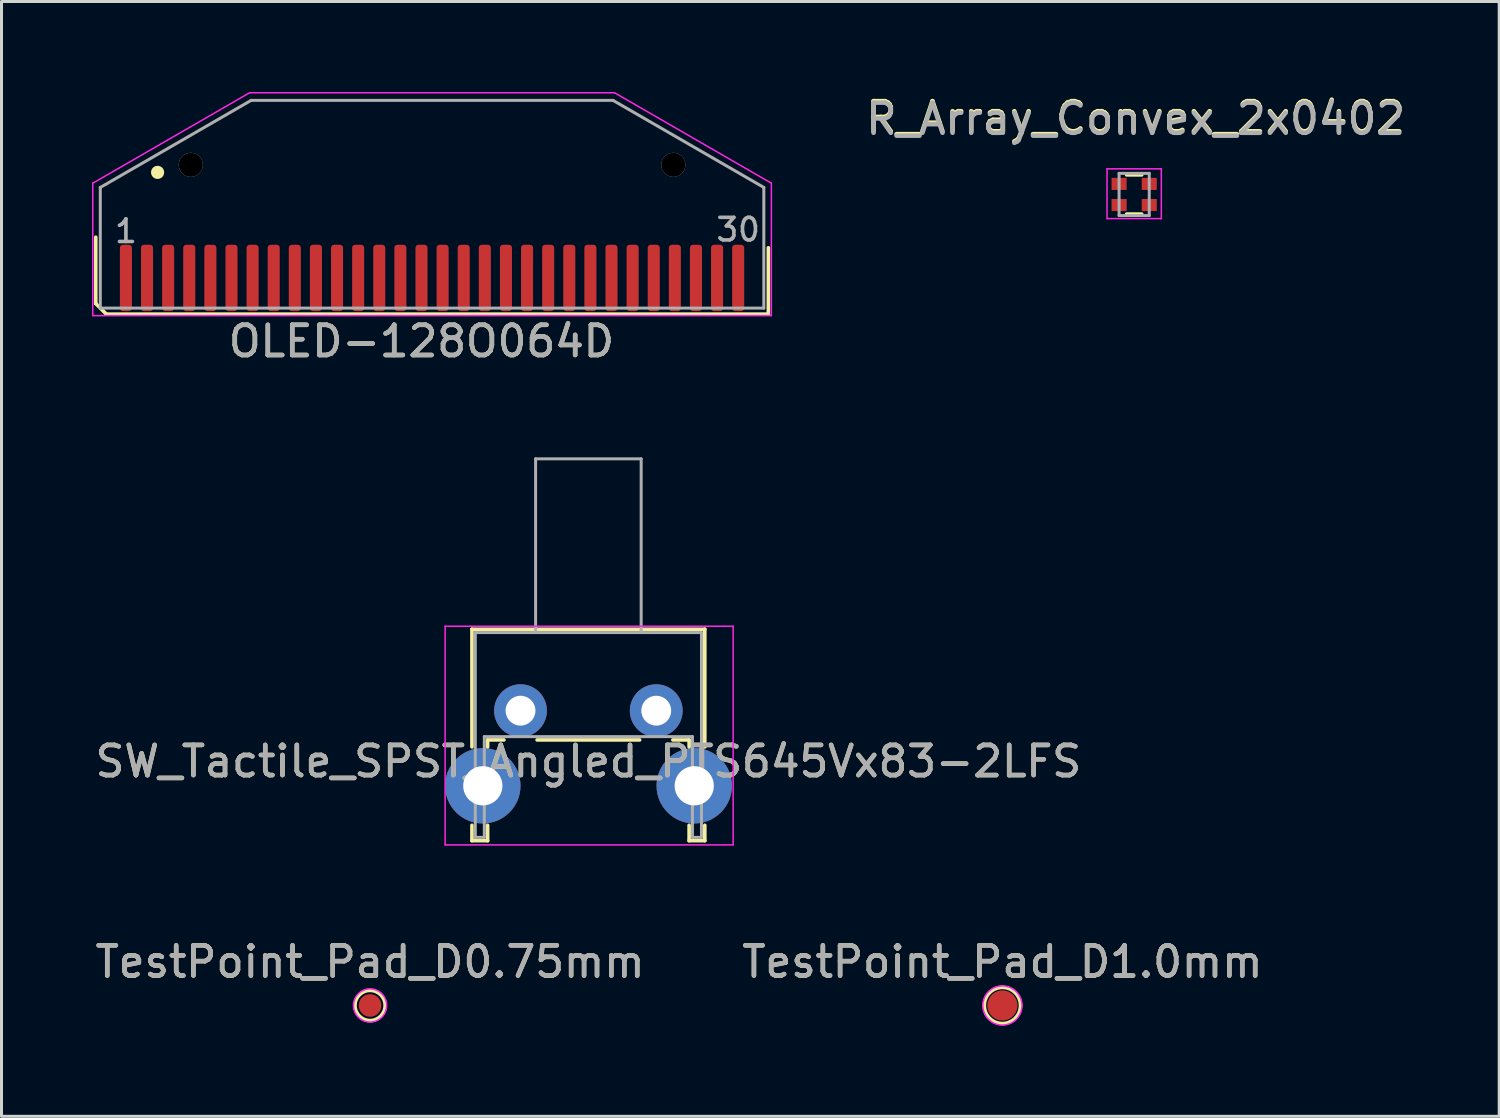
<source format=kicad_pcb>
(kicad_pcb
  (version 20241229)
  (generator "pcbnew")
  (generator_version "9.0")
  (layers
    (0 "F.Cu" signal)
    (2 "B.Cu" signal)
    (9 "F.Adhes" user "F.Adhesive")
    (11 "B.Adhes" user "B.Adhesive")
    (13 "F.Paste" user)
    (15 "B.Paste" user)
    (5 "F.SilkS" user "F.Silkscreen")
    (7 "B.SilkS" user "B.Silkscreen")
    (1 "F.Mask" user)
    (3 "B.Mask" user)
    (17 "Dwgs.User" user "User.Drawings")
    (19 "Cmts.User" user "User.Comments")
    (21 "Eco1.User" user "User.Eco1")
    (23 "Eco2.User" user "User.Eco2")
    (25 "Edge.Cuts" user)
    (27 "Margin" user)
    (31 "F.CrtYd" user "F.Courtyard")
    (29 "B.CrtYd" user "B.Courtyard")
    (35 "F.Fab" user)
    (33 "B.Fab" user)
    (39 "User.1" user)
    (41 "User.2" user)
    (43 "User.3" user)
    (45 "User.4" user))
  (footprint "R_Array_Convex_2x0402"
    (layer "F.Cu")
    (at 34.554 3.398)
    (property "Reference" "R_Array_Convex_2x0402" (at 0.05 -2.55 0) (layer "F.SilkS") (effects (font (size 1 1) (thickness 0.15))))
    (attr smd)
    (fp_line (start 0.25 -0.65) (end -0.25 -0.65) (stroke (width 0.12) (type solid)) (layer "F.SilkS"))
    (fp_line (start 0.25 0.65) (end -0.25 0.65) (stroke (width 0.12) (type solid)) (layer "F.SilkS"))
    (fp_line (start -0.9 -0.85) (end -0.9 0.8) (stroke (width 0.05) (type solid)) (layer "F.CrtYd"))
    (fp_line (start -0.9 -0.85) (end 0.9 -0.85) (stroke (width 0.05) (type solid)) (layer "F.CrtYd"))
    (fp_line (start 0.9 0.8) (end -0.9 0.8) (stroke (width 0.05) (type solid)) (layer "F.CrtYd"))
    (fp_line (start 0.9 0.8) (end 0.9 -0.85) (stroke (width 0.05) (type solid)) (layer "F.CrtYd"))
    (fp_line (start -0.5 -0.7) (end -0.5 0.7) (stroke (width 0.1) (type solid)) (layer "F.Fab"))
    (fp_line (start -0.5 0.7) (end 0.5 0.7) (stroke (width 0.1) (type solid)) (layer "F.Fab"))
    (fp_line (start 0.5 -0.7) (end -0.5 -0.7) (stroke (width 0.1) (type solid)) (layer "F.Fab"))
    (fp_line (start 0.5 0.7) (end 0.5 -0.7) (stroke (width 0.1) (type solid)) (layer "F.Fab"))
    (fp_text user "${REFERENCE}" (at 0.05 -2.5 0) (layer "F.Fab") (effects (font (size 1 1) (thickness 0.15))))
    (pad "1" smd rect (at -0.5 -0.35) (size 0.5 0.4) (layers "F.Cu" "F.Mask" "F.Paste"))
    (pad "2" smd rect (at -0.5 0.35) (size 0.5 0.4) (layers "F.Cu" "F.Mask" "F.Paste"))
    (pad "3" smd rect (at 0.5 0.35) (size 0.5 0.4) (layers "F.Cu" "F.Mask" "F.Paste"))
    (pad "4" smd rect (at 0.5 -0.35) (size 0.5 0.4) (layers "F.Cu" "F.Mask" "F.Paste")))
  (footprint "OLED-128O064D"
    (layer "F.Cu")
    (at 11.275 6.165)
    (property "Reference" "OLED-128O064D" (at -0.35 2.1 0) (layer "F.SilkS") (effects (font (size 1 1) (thickness 0.15))))
    (attr smd)
    (fp_line (start -11.15 -1.35) (end -11.15 0.85) (stroke (width 0.12) (type solid)) (layer "F.SilkS"))
    (fp_line (start -10.8 1.2) (end -11.15 0.85) (stroke (width 0.12) (type solid)) (layer "F.SilkS"))
    (fp_line (start -10.8 1.2) (end 11.15 1.2) (stroke (width 0.12) (type solid)) (layer "F.SilkS"))
    (fp_line (start 11.15 1.2) (end 11.15 -1) (stroke (width 0.12) (type solid)) (layer "F.SilkS"))
    (fp_circle (center -9.1 -3.5) (end -8.942 -3.5) (stroke (width 0.12) (type solid)) (fill yes) (layer "F.SilkS"))
    (fp_line (start -11.25 -3.14) (end -11.25 1.25) (stroke (width 0.05) (type solid)) (layer "F.CrtYd"))
    (fp_line (start -6.05 -6.14) (end -11.25 -3.14) (stroke (width 0.05) (type solid)) (layer "F.CrtYd"))
    (fp_line (start 6.05 -6.14) (end -6.05 -6.14) (stroke (width 0.05) (type solid)) (layer "F.CrtYd"))
    (fp_line (start 6.05 -6.14) (end 11.25 -3.14) (stroke (width 0.05) (type solid)) (layer "F.CrtYd"))
    (fp_line (start 11.25 1.25) (end -11.25 1.25) (stroke (width 0.05) (type solid)) (layer "F.CrtYd"))
    (fp_line (start 11.25 1.25) (end 11.25 -3.14) (stroke (width 0.05) (type solid)) (layer "F.CrtYd"))
    (fp_line (start -11 -3) (end -6 -5.887) (stroke (width 0.1) (type solid)) (layer "F.Fab"))
    (fp_line (start -11 1) (end -11 -3) (stroke (width 0.1) (type solid)) (layer "F.Fab"))
    (fp_line (start -11 1) (end 11 1) (stroke (width 0.1) (type solid)) (layer "F.Fab"))
    (fp_line (start -6 -5.887) (end 6 -5.887) (stroke (width 0.1) (type solid)) (layer "F.Fab"))
    (fp_line (start 11 -3) (end 6 -5.887) (stroke (width 0.1) (type solid)) (layer "F.Fab"))
    (fp_line (start 11 1) (end 11 -3) (stroke (width 0.1) (type solid)) (layer "F.Fab"))
    (fp_circle (center -8 -3.75) (end -7.65 -3.75) (stroke (width 0.1) (type solid)) (fill no) (layer "F.Fab"))
    (fp_circle (center 8 -3.75) (end 8.35 -3.75) (stroke (width 0.1) (type solid)) (fill no) (layer "F.Fab"))
    (fp_text user "30" (at 10.15 -1.6 0) (unlocked yes) (layer "F.Fab") (effects (font (size 0.75 0.75) (thickness 0.12))))
    (fp_text user "1" (at -10.15 -1.55 0) (unlocked yes) (layer "F.Fab") (effects (font (size 0.75 0.75) (thickness 0.12))))
    (fp_text user "${REFERENCE}" (at -0.35 2.1 0) (layer "F.Fab") (effects (font (size 1 1) (thickness 0.15))))
    (pad "" np_thru_hole circle (at -8 -3.75) (size 0.8 0.8) (drill 0.8) (layers "*.Mask"))
    (pad "" np_thru_hole circle (at 8 -3.75) (size 0.8 0.8) (drill 0.8) (layers "*.Mask"))
    (pad "1" smd roundrect (at -10.15 0) (size 0.4 2.2) (layers "F.Cu" "F.Mask" "F.Paste") (roundrect_rratio 0.25))
    (pad "2" smd roundrect (at -9.45 0) (size 0.4 2.2) (layers "F.Cu" "F.Mask" "F.Paste") (roundrect_rratio 0.25))
    (pad "3" smd roundrect (at -8.75 0) (size 0.4 2.2) (layers "F.Cu" "F.Mask" "F.Paste") (roundrect_rratio 0.25))
    (pad "4" smd roundrect (at -8.05 0) (size 0.4 2.2) (layers "F.Cu" "F.Mask" "F.Paste") (roundrect_rratio 0.25))
    (pad "5" smd roundrect (at -7.35 0) (size 0.4 2.2) (layers "F.Cu" "F.Mask" "F.Paste") (roundrect_rratio 0.25))
    (pad "6" smd roundrect (at -6.65 0) (size 0.4 2.2) (layers "F.Cu" "F.Mask" "F.Paste") (roundrect_rratio 0.25))
    (pad "7" smd roundrect (at -5.95 0) (size 0.4 2.2) (layers "F.Cu" "F.Mask" "F.Paste") (roundrect_rratio 0.25))
    (pad "8" smd roundrect (at -5.25 0) (size 0.4 2.2) (layers "F.Cu" "F.Mask" "F.Paste") (roundrect_rratio 0.25))
    (pad "9" smd roundrect (at -4.55 0) (size 0.4 2.2) (layers "F.Cu" "F.Mask" "F.Paste") (roundrect_rratio 0.25))
    (pad "10" smd roundrect (at -3.85 0) (size 0.4 2.2) (layers "F.Cu" "F.Mask" "F.Paste") (roundrect_rratio 0.25))
    (pad "11" smd roundrect (at -3.15 0) (size 0.4 2.2) (layers "F.Cu" "F.Mask" "F.Paste") (roundrect_rratio 0.25))
    (pad "12" smd roundrect (at -2.45 0) (size 0.4 2.2) (layers "F.Cu" "F.Mask" "F.Paste") (roundrect_rratio 0.25))
    (pad "13" smd roundrect (at -1.75 0) (size 0.4 2.2) (layers "F.Cu" "F.Mask" "F.Paste") (roundrect_rratio 0.25))
    (pad "14" smd roundrect (at -1.05 0) (size 0.4 2.2) (layers "F.Cu" "F.Mask" "F.Paste") (roundrect_rratio 0.25))
    (pad "15" smd roundrect (at -0.35 0) (size 0.4 2.2) (layers "F.Cu" "F.Mask" "F.Paste") (roundrect_rratio 0.25))
    (pad "16" smd roundrect (at 0.35 0) (size 0.4 2.2) (layers "F.Cu" "F.Mask" "F.Paste") (roundrect_rratio 0.25))
    (pad "17" smd roundrect (at 1.05 0) (size 0.4 2.2) (layers "F.Cu" "F.Mask" "F.Paste") (roundrect_rratio 0.25))
    (pad "18" smd roundrect (at 1.75 0) (size 0.4 2.2) (layers "F.Cu" "F.Mask" "F.Paste") (roundrect_rratio 0.25))
    (pad "19" smd roundrect (at 2.45 0) (size 0.4 2.2) (layers "F.Cu" "F.Mask" "F.Paste") (roundrect_rratio 0.25))
    (pad "20" smd roundrect (at 3.15 0) (size 0.4 2.2) (layers "F.Cu" "F.Mask" "F.Paste") (roundrect_rratio 0.25))
    (pad "21" smd roundrect (at 3.85 0) (size 0.4 2.2) (layers "F.Cu" "F.Mask" "F.Paste") (roundrect_rratio 0.25))
    (pad "22" smd roundrect (at 4.55 0) (size 0.4 2.2) (layers "F.Cu" "F.Mask" "F.Paste") (roundrect_rratio 0.25))
    (pad "23" smd roundrect (at 5.25 0) (size 0.4 2.2) (layers "F.Cu" "F.Mask" "F.Paste") (roundrect_rratio 0.25))
    (pad "24" smd roundrect (at 5.95 0) (size 0.4 2.2) (layers "F.Cu" "F.Mask" "F.Paste") (roundrect_rratio 0.25))
    (pad "25" smd roundrect (at 6.65 0) (size 0.4 2.2) (layers "F.Cu" "F.Mask" "F.Paste") (roundrect_rratio 0.25))
    (pad "26" smd roundrect (at 7.35 0) (size 0.4 2.2) (layers "F.Cu" "F.Mask" "F.Paste") (roundrect_rratio 0.25))
    (pad "27" smd roundrect (at 8.05 0) (size 0.4 2.2) (layers "F.Cu" "F.Mask" "F.Paste") (roundrect_rratio 0.25))
    (pad "28" smd roundrect (at 8.75 0) (size 0.4 2.2) (layers "F.Cu" "F.Mask" "F.Paste") (roundrect_rratio 0.25))
    (pad "29" smd roundrect (at 9.45 0) (size 0.4 2.2) (layers "F.Cu" "F.Mask" "F.Paste") (roundrect_rratio 0.25))
    (pad "30" smd roundrect (at 10.15 0) (size 0.4 2.2) (layers "F.Cu" "F.Mask" "F.Paste") (roundrect_rratio 0.25)))
  (footprint "SW_Tactile_SPST_Angled_PTS645Vx83-2LFS"
    (layer "F.Cu")
    (at 14.208 20.513)
    (property "Reference" "SW_Tactile_SPST_Angled_PTS645Vx83-2LFS" (at 2.25 1.68 0) (layer "F.SilkS") (effects (font (size 1 1) (thickness 0.15))))
    (attr through_hole)
    (fp_line (start -1.61 -2.7) (end -1.61 1.2) (stroke (width 0.12) (type solid)) (layer "F.SilkS"))
    (fp_line (start -1.61 -2.7) (end 6.11 -2.7) (stroke (width 0.12) (type solid)) (layer "F.SilkS"))
    (fp_line (start -1.61 3.8) (end -1.61 4.31) (stroke (width 0.12) (type solid)) (layer "F.SilkS"))
    (fp_line (start -1.61 4.31) (end -1.09 4.31) (stroke (width 0.12) (type solid)) (layer "F.SilkS"))
    (fp_line (start -1.09 0.97) (end -1.09 1.2) (stroke (width 0.12) (type solid)) (layer "F.SilkS"))
    (fp_line (start -1.09 0.97) (end -0.55 0.97) (stroke (width 0.12) (type solid)) (layer "F.SilkS"))
    (fp_line (start -1.09 3.8) (end -1.09 4.31) (stroke (width 0.12) (type solid)) (layer "F.SilkS"))
    (fp_line (start 0.55 0.97) (end 3.95 0.97) (stroke (width 0.12) (type solid)) (layer "F.SilkS"))
    (fp_line (start 5.05 0.97) (end 5.59 0.97) (stroke (width 0.12) (type solid)) (layer "F.SilkS"))
    (fp_line (start 5.59 0.97) (end 5.59 1.2) (stroke (width 0.12) (type solid)) (layer "F.SilkS"))
    (fp_line (start 5.59 3.8) (end 5.59 4.31) (stroke (width 0.12) (type solid)) (layer "F.SilkS"))
    (fp_line (start 5.59 4.31) (end 6.11 4.31) (stroke (width 0.12) (type solid)) (layer "F.SilkS"))
    (fp_line (start 6.11 -2.7) (end 6.11 1.2) (stroke (width 0.12) (type solid)) (layer "F.SilkS"))
    (fp_line (start 6.11 3.8) (end 6.11 4.31) (stroke (width 0.12) (type solid)) (layer "F.SilkS"))
    (fp_line (start -2.5 -2.8) (end 7.05 -2.8) (stroke (width 0.05) (type solid)) (layer "F.CrtYd"))
    (fp_line (start -2.5 4.45) (end -2.5 -2.8) (stroke (width 0.05) (type solid)) (layer "F.CrtYd"))
    (fp_line (start 7.05 -2.8) (end 7.05 4.45) (stroke (width 0.05) (type solid)) (layer "F.CrtYd"))
    (fp_line (start 7.05 4.45) (end -2.5 4.45) (stroke (width 0.05) (type solid)) (layer "F.CrtYd"))
    (fp_line (start -1.5 -2.59) (end 6 -2.59) (stroke (width 0.1) (type solid)) (layer "F.Fab"))
    (fp_line (start -1.5 4.2) (end -1.5 -2.59) (stroke (width 0.1) (type solid)) (layer "F.Fab"))
    (fp_line (start -1.5 4.2) (end -1.2 4.2) (stroke (width 0.1) (type solid)) (layer "F.Fab"))
    (fp_line (start -1.2 0.86) (end 5.7 0.86) (stroke (width 0.1) (type solid)) (layer "F.Fab"))
    (fp_line (start -1.2 4.2) (end -1.2 0.86) (stroke (width 0.1) (type solid)) (layer "F.Fab"))
    (fp_line (start 0.5 -8.35) (end 0.5 -2.59) (stroke (width 0.1) (type solid)) (layer "F.Fab"))
    (fp_line (start 0.5 -8.35) (end 4 -8.35) (stroke (width 0.1) (type solid)) (layer "F.Fab"))
    (fp_line (start 4 -8.35) (end 4 -2.59) (stroke (width 0.1) (type solid)) (layer "F.Fab"))
    (fp_line (start 5.7 4.2) (end 5.7 0.86) (stroke (width 0.1) (type solid)) (layer "F.Fab"))
    (fp_line (start 5.7 4.2) (end 6 4.2) (stroke (width 0.1) (type solid)) (layer "F.Fab"))
    (fp_line (start 6 4.2) (end 6 -2.59) (stroke (width 0.1) (type solid)) (layer "F.Fab"))
    (fp_text user "${REFERENCE}" (at 2.25 1.68 0) (layer "F.Fab") (effects (font (size 1 1) (thickness 0.15))))
    (pad "1" thru_hole circle (at 0 0) (size 1.75 1.75) (drill 0.99) (layers "*.Cu" "*.Mask"))
    (pad "2" thru_hole circle (at 4.5 0) (size 1.75 1.75) (drill 0.99) (layers "*.Cu" "*.Mask"))
    (pad "3" thru_hole circle (at -1.25 2.49) (size 2.5 2.5) (drill 1.3) (layers "*.Cu" "*.Mask"))
    (pad "3" thru_hole circle (at 5.76 2.49) (size 2.5 2.5) (drill 1.3) (layers "*.Cu" "*.Mask")))
  (footprint "TestPoint_Pad_D0.75mm"
    (layer "F.Cu")
    (at 9.22 30.287)
    (property "Reference" "TestPoint_Pad_D0.75mm" (at 0 -1.448 0) (layer "F.SilkS") (effects (font (size 1 1) (thickness 0.15))))
    (attr exclude_from_pos_files exclude_from_bom)
    (fp_circle (center 0 0) (end 0 0.5) (stroke (width 0.12) (type solid)) (fill no) (layer "F.SilkS"))
    (fp_circle (center 0 0) (end 0.55 0) (stroke (width 0.05) (type solid)) (fill no) (layer "F.CrtYd"))
    (fp_text user "${REFERENCE}" (at 0 -1.45 0) (layer "F.Fab") (effects (font (size 1 1) (thickness 0.15))))
    (pad "1" smd circle (at 0 0) (size 0.75 0.75) (layers "F.Cu" "F.Mask")))
  (footprint "TestPoint_Pad_D1.0mm"
    (layer "F.Cu")
    (at 30.185 30.287)
    (property "Reference" "TestPoint_Pad_D1.0mm" (at 0 -1.448 0) (layer "F.SilkS") (effects (font (size 1 1) (thickness 0.15))))
    (attr exclude_from_pos_files exclude_from_bom)
    (fp_circle (center 0 0) (end 0.6 0) (stroke (width 0.12) (type solid)) (fill no) (layer "F.SilkS"))
    (fp_circle (center 0 0) (end 0.65 0) (stroke (width 0.05) (type solid)) (fill no) (layer "F.CrtYd"))
    (fp_text user "${REFERENCE}" (at 0 -1.45 0) (layer "F.Fab") (effects (font (size 1 1) (thickness 0.15))))
    (pad "1" smd circle (at 0 0) (size 1 1) (layers "F.Cu" "F.Mask")))
  (gr_rect
    (start -3 -3)
    (end 46.657 33.962)
    (stroke (width 0.1) (type default))
    (fill no)
    (layer "Edge.Cuts")))
</source>
